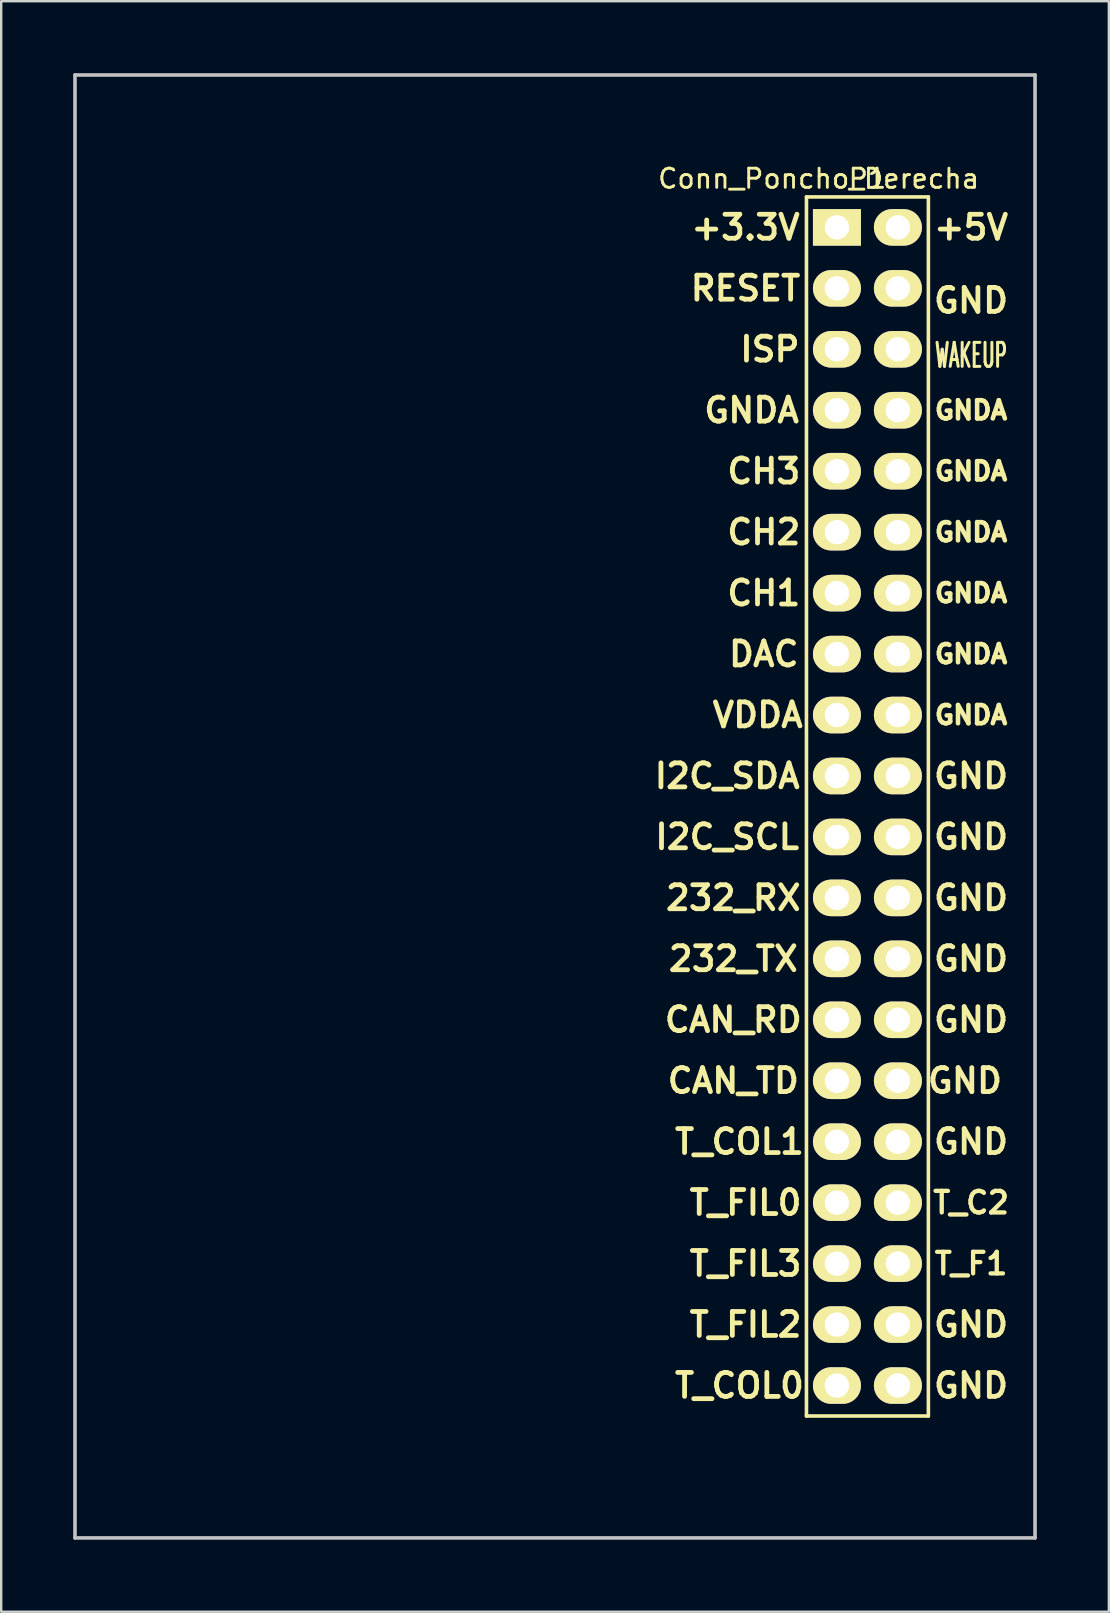
<source format=kicad_pcb>
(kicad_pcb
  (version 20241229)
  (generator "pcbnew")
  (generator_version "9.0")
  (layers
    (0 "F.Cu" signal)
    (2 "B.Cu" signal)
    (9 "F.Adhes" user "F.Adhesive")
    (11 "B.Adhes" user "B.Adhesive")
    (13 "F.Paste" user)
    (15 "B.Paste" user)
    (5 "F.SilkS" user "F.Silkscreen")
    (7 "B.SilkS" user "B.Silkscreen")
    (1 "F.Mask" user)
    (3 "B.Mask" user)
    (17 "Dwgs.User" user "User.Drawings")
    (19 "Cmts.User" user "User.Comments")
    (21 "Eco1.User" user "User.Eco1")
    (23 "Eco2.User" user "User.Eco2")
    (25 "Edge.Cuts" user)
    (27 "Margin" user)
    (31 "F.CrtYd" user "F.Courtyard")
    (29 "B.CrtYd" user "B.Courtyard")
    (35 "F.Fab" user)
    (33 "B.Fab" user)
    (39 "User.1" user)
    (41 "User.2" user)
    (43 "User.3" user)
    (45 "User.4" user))
  (footprint "Conn_Poncho_Derecha"
    (layer "F.Cu")
    (at 31.825 6.425)
    (property "Reference" "Conn_Poncho_Derecha" (at -0.762 -2.032 0) (layer "F.SilkS") (effects (font (size 0.8 0.8) (thickness 0.12))))
    (attr through_hole)
    (fp_line (start -1.27 49.53) (end -1.27 -1.27) (stroke (width 0.15) (type solid)) (layer "F.SilkS"))
    (fp_line (start 3.81 -1.27) (end -1.27 -1.27) (stroke (width 0.15) (type solid)) (layer "F.SilkS"))
    (fp_line (start 3.81 49.53) (end -1.27 49.53) (stroke (width 0.15) (type solid)) (layer "F.SilkS"))
    (fp_line (start 3.81 49.53) (end 3.81 -1.27) (stroke (width 0.15) (type solid)) (layer "F.SilkS"))
    (fp_line (start -31.75 -6.35) (end 8.255 -6.35) (stroke (width 0.15) (type solid)) (layer "Dwgs.User"))
    (fp_line (start -31.75 54.61) (end -31.75 -6.35) (stroke (width 0.15) (type solid)) (layer "Dwgs.User"))
    (fp_line (start 8.255 54.61) (end -31.75 54.61) (stroke (width 0.15) (type solid)) (layer "Dwgs.User"))
    (fp_line (start 8.255 54.61) (end 8.255 -6.35) (stroke (width 0.15) (type solid)) (layer "Dwgs.User"))
    (fp_text user "GND" (at 5.588 33.02 0) (layer "F.SilkS") (effects (font (size 1 1) (thickness 0.2))))
    (fp_text user "GND" (at 5.588 3.048 0) (layer "F.SilkS") (effects (font (size 1 1) (thickness 0.2))))
    (fp_text user "P1" (at 1.27 -2.032 0) (layer "F.SilkS") (effects (font (size 0.8 0.8) (thickness 0.12))))
    (fp_text user "GNDA" (at 5.588 12.7 0) (layer "F.SilkS") (effects (font (size 0.76 0.76) (thickness 0.19))))
    (fp_text user "GNDA" (at 5.588 7.62 0) (layer "F.SilkS") (effects (font (size 0.76 0.76) (thickness 0.19))))
    (fp_text user "CH2" (at -3.048 12.7 0) (layer "F.SilkS") (effects (font (size 1 1) (thickness 0.2))))
    (fp_text user "T_C2" (at 5.588 40.64 0) (layer "F.SilkS") (effects (font (size 0.9 0.9) (thickness 0.18))))
    (fp_text user "+3.3V" (at -3.81 0 0) (layer "F.SilkS") (effects (font (size 1 1) (thickness 0.2))))
    (fp_text user "GND" (at 5.588 45.72 0) (layer "F.SilkS") (effects (font (size 1 1) (thickness 0.2))))
    (fp_text user "GND" (at 5.334 35.56 0) (layer "F.SilkS") (effects (font (size 1 1) (thickness 0.2))))
    (fp_text user "T_COL1" (at -4.064 38.1 0) (layer "F.SilkS") (effects (font (size 1 1) (thickness 0.2))))
    (fp_text user "ISP" (at -2.794 5.08 0) (layer "F.SilkS") (effects (font (size 1 1) (thickness 0.2))))
    (fp_text user "GNDA" (at 5.588 20.32 0) (layer "F.SilkS") (effects (font (size 0.76 0.76) (thickness 0.19))))
    (fp_text user "CAN_TD" (at -4.318 35.56 0) (layer "F.SilkS") (effects (font (size 1 1) (thickness 0.2))))
    (fp_text user "T_FIL3" (at -3.81 43.18 0) (layer "F.SilkS") (effects (font (size 1 1) (thickness 0.2))))
    (fp_text user "WAKEUP" (at 5.588 5.334 0) (layer "F.SilkS") (effects (font (size 1 0.5) (thickness 0.125))))
    (fp_text user "I2C_SDA" (at -4.572 22.86 0) (layer "F.SilkS") (effects (font (size 1 1) (thickness 0.2))))
    (fp_text user "232_RX" (at -4.318 27.94 0) (layer "F.SilkS") (effects (font (size 1 1) (thickness 0.2))))
    (fp_text user "T_COL0" (at -4.064 48.26 0) (layer "F.SilkS") (effects (font (size 1 1) (thickness 0.2))))
    (fp_text user "T_FIL0" (at -3.81 40.64 0) (layer "F.SilkS") (effects (font (size 1 1) (thickness 0.2))))
    (fp_text user "GND" (at 5.588 38.1 0) (layer "F.SilkS") (effects (font (size 1 1) (thickness 0.2))))
    (fp_text user "GNDA" (at 5.588 17.78 0) (layer "F.SilkS") (effects (font (size 0.76 0.76) (thickness 0.19))))
    (fp_text user "+5V" (at 5.588 0 0) (layer "F.SilkS") (effects (font (size 1 1) (thickness 0.2))))
    (fp_text user "T_FIL2" (at -3.81 45.72 0) (layer "F.SilkS") (effects (font (size 1 1) (thickness 0.2))))
    (fp_text user "232_TX" (at -4.318 30.48 0) (layer "F.SilkS") (effects (font (size 1 1) (thickness 0.2))))
    (fp_text user "GND" (at 5.588 30.48 0) (layer "F.SilkS") (effects (font (size 1 1) (thickness 0.2))))
    (fp_text user "I2C_SCL" (at -4.572 25.4 0) (layer "F.SilkS") (effects (font (size 1 1) (thickness 0.2))))
    (fp_text user "RESET" (at -3.81 2.54 0) (layer "F.SilkS") (effects (font (size 1 1) (thickness 0.2))))
    (fp_text user "VDDA" (at -3.302 20.32 0) (layer "F.SilkS") (effects (font (size 1 1) (thickness 0.2))))
    (fp_text user "T_F1" (at 5.588 43.18 0) (layer "F.SilkS") (effects (font (size 0.9 0.9) (thickness 0.18))))
    (fp_text user "GND" (at 5.588 22.86 0) (layer "F.SilkS") (effects (font (size 1 1) (thickness 0.2))))
    (fp_text user "GND" (at 5.588 25.4 0) (layer "F.SilkS") (effects (font (size 1 1) (thickness 0.2))))
    (fp_text user "GNDA" (at 5.588 10.16 0) (layer "F.SilkS") (effects (font (size 0.76 0.76) (thickness 0.19))))
    (fp_text user "CH1" (at -3.048 15.24 0) (layer "F.SilkS") (effects (font (size 1 1) (thickness 0.2))))
    (fp_text user "CAN_RD" (at -4.318 33.02 0) (layer "F.SilkS") (effects (font (size 1 1) (thickness 0.2))))
    (fp_text user "GNDA" (at 5.588 15.24 0) (layer "F.SilkS") (effects (font (size 0.76 0.76) (thickness 0.19))))
    (fp_text user "DAC" (at -3.048 17.78 0) (layer "F.SilkS") (effects (font (size 1 1) (thickness 0.2))))
    (fp_text user "GND" (at 5.588 48.26 0) (layer "F.SilkS") (effects (font (size 1 1) (thickness 0.2))))
    (fp_text user "GND" (at 5.588 27.94 0) (layer "F.SilkS") (effects (font (size 1 1) (thickness 0.2))))
    (fp_text user "GNDA" (at -3.556 7.62 0) (layer "F.SilkS") (effects (font (size 1 1) (thickness 0.2))))
    (fp_text user "CH3" (at -3.048 10.16 0) (layer "F.SilkS") (effects (font (size 1 1) (thickness 0.2))))
    (pad "1" thru_hole rect (at 0 0 270) (size 1.524 2) (drill 1.016) (layers "*.Cu" "*.Mask" "F.SilkS"))
    (pad "2" thru_hole oval (at 2.54 0 270) (size 1.524 2) (drill 1.016) (layers "*.Cu" "*.Mask" "F.SilkS"))
    (pad "3" thru_hole oval (at 0 2.54 270) (size 1.524 2) (drill 1.016) (layers "*.Cu" "*.Mask" "F.SilkS"))
    (pad "4" thru_hole oval (at 2.54 2.54 270) (size 1.524 2) (drill 1.016) (layers "*.Cu" "*.Mask" "F.SilkS"))
    (pad "5" thru_hole oval (at 0 5.08 270) (size 1.524 2) (drill 1.016) (layers "*.Cu" "*.Mask" "F.SilkS"))
    (pad "6" thru_hole oval (at 2.54 5.08 270) (size 1.524 2) (drill 1.016) (layers "*.Cu" "*.Mask" "F.SilkS"))
    (pad "7" thru_hole oval (at 0 7.62 270) (size 1.524 2) (drill 1.016) (layers "*.Cu" "*.Mask" "F.SilkS"))
    (pad "8" thru_hole oval (at 2.54 7.62 270) (size 1.524 2) (drill 1.016) (layers "*.Cu" "*.Mask" "F.SilkS"))
    (pad "9" thru_hole oval (at 0 10.16 270) (size 1.524 2) (drill 1.016) (layers "*.Cu" "*.Mask" "F.SilkS"))
    (pad "10" thru_hole oval (at 2.54 10.16 270) (size 1.524 2) (drill 1.016) (layers "*.Cu" "*.Mask" "F.SilkS"))
    (pad "11" thru_hole oval (at 0 12.7 270) (size 1.524 2) (drill 1.016) (layers "*.Cu" "*.Mask" "F.SilkS"))
    (pad "12" thru_hole oval (at 2.54 12.7 270) (size 1.524 2) (drill 1.016) (layers "*.Cu" "*.Mask" "F.SilkS"))
    (pad "13" thru_hole oval (at 0 15.24 270) (size 1.524 2) (drill 1.016) (layers "*.Cu" "*.Mask" "F.SilkS"))
    (pad "14" thru_hole oval (at 2.54 15.24 270) (size 1.524 2) (drill 1.016) (layers "*.Cu" "*.Mask" "F.SilkS"))
    (pad "15" thru_hole oval (at 0 17.78 270) (size 1.524 2) (drill 1.016) (layers "*.Cu" "*.Mask" "F.SilkS"))
    (pad "16" thru_hole oval (at 2.54 17.78 270) (size 1.524 2) (drill 1.016) (layers "*.Cu" "*.Mask" "F.SilkS"))
    (pad "17" thru_hole oval (at 0 20.32 270) (size 1.524 2) (drill 1.016) (layers "*.Cu" "*.Mask" "F.SilkS"))
    (pad "18" thru_hole oval (at 2.54 20.32 270) (size 1.524 2) (drill 1.016) (layers "*.Cu" "*.Mask" "F.SilkS"))
    (pad "19" thru_hole oval (at 0 22.86 270) (size 1.524 2) (drill 1.016) (layers "*.Cu" "*.Mask" "F.SilkS"))
    (pad "20" thru_hole oval (at 2.54 22.86 270) (size 1.524 2) (drill 1.016) (layers "*.Cu" "*.Mask" "F.SilkS"))
    (pad "21" thru_hole oval (at 0 25.4 270) (size 1.524 2) (drill 1.016) (layers "*.Cu" "*.Mask" "F.SilkS"))
    (pad "22" thru_hole oval (at 2.54 25.4 270) (size 1.524 2) (drill 1.016) (layers "*.Cu" "*.Mask" "F.SilkS"))
    (pad "23" thru_hole oval (at 0 27.94 270) (size 1.524 2) (drill 1.016) (layers "*.Cu" "*.Mask" "F.SilkS"))
    (pad "24" thru_hole oval (at 2.54 27.94 270) (size 1.524 2) (drill 1.016) (layers "*.Cu" "*.Mask" "F.SilkS"))
    (pad "25" thru_hole oval (at 0 30.48 270) (size 1.524 2) (drill 1.016) (layers "*.Cu" "*.Mask" "F.SilkS"))
    (pad "26" thru_hole oval (at 2.54 30.48 270) (size 1.524 2) (drill 1.016) (layers "*.Cu" "*.Mask" "F.SilkS"))
    (pad "27" thru_hole oval (at 0 33.02 270) (size 1.524 2) (drill 1.016) (layers "*.Cu" "*.Mask" "F.SilkS"))
    (pad "28" thru_hole oval (at 2.54 33.02 270) (size 1.524 2) (drill 1.016) (layers "*.Cu" "*.Mask" "F.SilkS"))
    (pad "29" thru_hole oval (at 0 35.56 270) (size 1.524 2) (drill 1.016) (layers "*.Cu" "*.Mask" "F.SilkS"))
    (pad "30" thru_hole oval (at 2.54 35.56 270) (size 1.524 2) (drill 1.016) (layers "*.Cu" "*.Mask" "F.SilkS"))
    (pad "31" thru_hole oval (at 0 38.1 270) (size 1.524 2) (drill 1.016) (layers "*.Cu" "*.Mask" "F.SilkS"))
    (pad "32" thru_hole oval (at 2.54 38.1 270) (size 1.524 2) (drill 1.016) (layers "*.Cu" "*.Mask" "F.SilkS"))
    (pad "33" thru_hole oval (at 0 40.64 270) (size 1.524 2) (drill 1.016) (layers "*.Cu" "*.Mask" "F.SilkS"))
    (pad "34" thru_hole oval (at 2.54 40.64 270) (size 1.524 2) (drill 1.016) (layers "*.Cu" "*.Mask" "F.SilkS"))
    (pad "35" thru_hole oval (at 0 43.18 270) (size 1.524 2) (drill 1.016) (layers "*.Cu" "*.Mask" "F.SilkS"))
    (pad "36" thru_hole oval (at 2.54 43.18 270) (size 1.524 2) (drill 1.016) (layers "*.Cu" "*.Mask" "F.SilkS"))
    (pad "37" thru_hole oval (at 0 45.72 270) (size 1.524 2) (drill 1.016) (layers "*.Cu" "*.Mask" "F.SilkS"))
    (pad "38" thru_hole oval (at 2.54 45.72 270) (size 1.524 2) (drill 1.016) (layers "*.Cu" "*.Mask" "F.SilkS"))
    (pad "39" thru_hole oval (at 0 48.26 270) (size 1.524 2) (drill 1.016) (layers "*.Cu" "*.Mask" "F.SilkS"))
    (pad "40" thru_hole oval (at 2.54 48.26 270) (size 1.524 2) (drill 1.016) (layers "*.Cu" "*.Mask" "F.SilkS")))
  (gr_rect
    (start -3 -3)
    (end 43.155 64.11)
    (stroke (width 0.1) (type default))
    (fill no)
    (layer "Edge.Cuts")))
</source>
